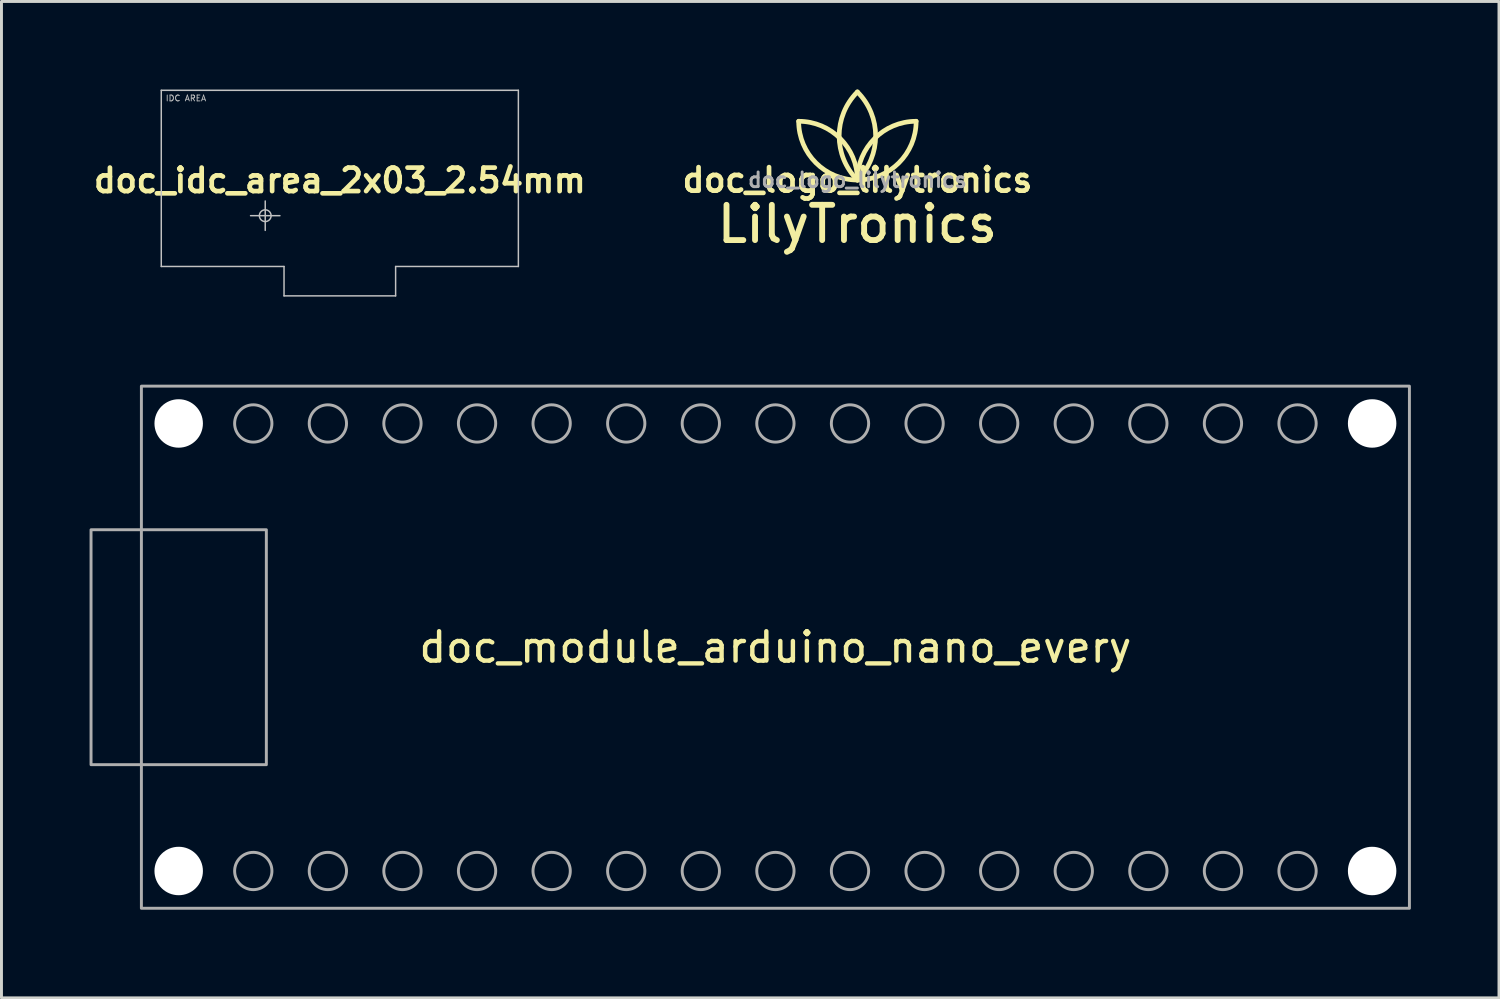
<source format=kicad_pcb>
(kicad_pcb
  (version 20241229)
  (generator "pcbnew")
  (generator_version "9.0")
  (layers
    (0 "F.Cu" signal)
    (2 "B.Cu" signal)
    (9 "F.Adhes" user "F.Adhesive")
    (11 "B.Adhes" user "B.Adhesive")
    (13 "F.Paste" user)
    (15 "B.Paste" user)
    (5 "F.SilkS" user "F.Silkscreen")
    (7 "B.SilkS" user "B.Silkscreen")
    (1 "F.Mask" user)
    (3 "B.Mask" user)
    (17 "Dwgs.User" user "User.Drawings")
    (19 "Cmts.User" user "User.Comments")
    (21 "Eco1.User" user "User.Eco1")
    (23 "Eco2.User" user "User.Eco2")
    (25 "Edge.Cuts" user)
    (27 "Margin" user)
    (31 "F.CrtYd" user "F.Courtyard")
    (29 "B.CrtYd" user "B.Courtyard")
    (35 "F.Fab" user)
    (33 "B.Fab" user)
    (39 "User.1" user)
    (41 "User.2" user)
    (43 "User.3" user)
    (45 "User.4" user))
  (footprint "doc_module_arduino_nano_every"
    (layer "F.Cu")
    (at 23.355 18.99)
    (property "Reference" "doc_module_arduino_nano_every" (at 0 -0.000002 0) (layer "F.SilkS") (effects (font (size 1 1) (thickness 0.15))))
    (attr exclude_from_pos_files exclude_from_bom allow_missing_courtyard)
    (fp_rect (start -23.305 -4) (end -17.335 4) (stroke (width 0.1) (type default)) (fill no) (layer "F.Fab"))
    (fp_rect (start -21.59 -8.89) (end 21.59 8.89) (stroke (width 0.1) (type default)) (fill no) (layer "F.Fab"))
    (fp_circle (center -17.78 -7.62) (end -17.145 -7.62) (stroke (width 0.1) (type solid)) (fill no) (layer "F.Fab"))
    (fp_circle (center -17.78 7.62) (end -17.145 7.62) (stroke (width 0.1) (type solid)) (fill no) (layer "F.Fab"))
    (fp_circle (center -15.24 -7.62) (end -14.605 -7.62) (stroke (width 0.1) (type solid)) (fill no) (layer "F.Fab"))
    (fp_circle (center -15.24 7.62) (end -14.605 7.62) (stroke (width 0.1) (type solid)) (fill no) (layer "F.Fab"))
    (fp_circle (center -12.7 -7.62) (end -12.065 -7.62) (stroke (width 0.1) (type solid)) (fill no) (layer "F.Fab"))
    (fp_circle (center -12.7 7.62) (end -12.065 7.62) (stroke (width 0.1) (type solid)) (fill no) (layer "F.Fab"))
    (fp_circle (center -10.16 -7.62) (end -9.525 -7.62) (stroke (width 0.1) (type solid)) (fill no) (layer "F.Fab"))
    (fp_circle (center -10.16 7.62) (end -9.525 7.62) (stroke (width 0.1) (type solid)) (fill no) (layer "F.Fab"))
    (fp_circle (center -7.62 -7.62) (end -6.985 -7.62) (stroke (width 0.1) (type solid)) (fill no) (layer "F.Fab"))
    (fp_circle (center -7.62 7.62) (end -6.985 7.62) (stroke (width 0.1) (type solid)) (fill no) (layer "F.Fab"))
    (fp_circle (center -5.08 -7.62) (end -4.445 -7.62) (stroke (width 0.1) (type solid)) (fill no) (layer "F.Fab"))
    (fp_circle (center -5.08 7.62) (end -4.445 7.62) (stroke (width 0.1) (type solid)) (fill no) (layer "F.Fab"))
    (fp_circle (center -2.54 -7.62) (end -1.905 -7.62) (stroke (width 0.1) (type solid)) (fill no) (layer "F.Fab"))
    (fp_circle (center -2.54 7.62) (end -1.905 7.62) (stroke (width 0.1) (type solid)) (fill no) (layer "F.Fab"))
    (fp_circle (center 0 -7.62) (end 0.635 -7.62) (stroke (width 0.1) (type solid)) (fill no) (layer "F.Fab"))
    (fp_circle (center 0 7.62) (end 0.635 7.62) (stroke (width 0.1) (type solid)) (fill no) (layer "F.Fab"))
    (fp_circle (center 2.54 -7.62) (end 3.175 -7.62) (stroke (width 0.1) (type solid)) (fill no) (layer "F.Fab"))
    (fp_circle (center 2.54 7.62) (end 3.175 7.62) (stroke (width 0.1) (type solid)) (fill no) (layer "F.Fab"))
    (fp_circle (center 5.08 -7.62) (end 5.715 -7.62) (stroke (width 0.1) (type solid)) (fill no) (layer "F.Fab"))
    (fp_circle (center 5.08 7.62) (end 5.715 7.62) (stroke (width 0.1) (type solid)) (fill no) (layer "F.Fab"))
    (fp_circle (center 7.62 -7.62) (end 8.255 -7.62) (stroke (width 0.1) (type solid)) (fill no) (layer "F.Fab"))
    (fp_circle (center 7.62 7.62) (end 8.255 7.62) (stroke (width 0.1) (type solid)) (fill no) (layer "F.Fab"))
    (fp_circle (center 10.16 -7.62) (end 10.795 -7.62) (stroke (width 0.1) (type solid)) (fill no) (layer "F.Fab"))
    (fp_circle (center 10.16 7.62) (end 10.795 7.62) (stroke (width 0.1) (type solid)) (fill no) (layer "F.Fab"))
    (fp_circle (center 12.7 -7.62) (end 13.335 -7.62) (stroke (width 0.1) (type solid)) (fill no) (layer "F.Fab"))
    (fp_circle (center 12.7 7.62) (end 13.335 7.62) (stroke (width 0.1) (type solid)) (fill no) (layer "F.Fab"))
    (fp_circle (center 15.24 -7.62) (end 15.875 -7.62) (stroke (width 0.1) (type solid)) (fill no) (layer "F.Fab"))
    (fp_circle (center 15.24 7.62) (end 15.875 7.62) (stroke (width 0.1) (type solid)) (fill no) (layer "F.Fab"))
    (fp_circle (center 17.78 -7.62) (end 18.415 -7.62) (stroke (width 0.1) (type solid)) (fill no) (layer "F.Fab"))
    (fp_circle (center 17.78 7.62) (end 18.415 7.62) (stroke (width 0.1) (type solid)) (fill no) (layer "F.Fab"))
    (pad "" np_thru_hole circle (at -20.32 -7.62) (size 1.65 1.65) (drill 1.65) (layers "*.Cu" "*.Mask"))
    (pad "" np_thru_hole circle (at -20.32 7.62) (size 1.65 1.65) (drill 1.65) (layers "*.Cu" "*.Mask"))
    (pad "" np_thru_hole circle (at 20.32 -7.62) (size 1.65 1.65) (drill 1.65) (layers "*.Cu" "*.Mask"))
    (pad "" np_thru_hole circle (at 20.32 7.62) (size 1.65 1.65) (drill 1.65) (layers "*.Cu" "*.Mask")))
  (footprint "doc_logo_lilytronics"
    (layer "F.Cu")
    (at 26.147 3.08)
    (property "Reference" "doc_logo_lilytronics" (at 0 -0.000002 0) (layer "F.SilkS") (effects (font (size 0.8 0.8) (thickness 0.16))))
    (attr exclude_from_pos_files exclude_from_bom allow_missing_courtyard)
    (fp_arc (start -1.999999 -2.000001) (mid -0.585785 -1.414215) (end 0.000001 -0.000001) (stroke (width 0.16) (type solid)) (layer "F.SilkS"))
    (fp_arc (start 0 0) (mid 0.585786 -1.414213) (end 2 -2) (stroke (width 0.16) (type solid)) (layer "F.SilkS"))
    (fp_arc (start 0.000001 -2.999999) (mid 0.621321 -1.5) (end 0.000001 -0.000001) (stroke (width 0.16) (type solid)) (layer "F.SilkS"))
    (fp_arc (start 0.000001 -0.000001) (mid -0.621319 -1.5) (end 0.000001 -2.999999) (stroke (width 0.16) (type solid)) (layer "F.SilkS"))
    (fp_arc (start 2 -2) (mid 0 0) (end -2 -2) (stroke (width 0.16) (type solid)) (layer "F.SilkS"))
    (fp_text user "LilyTronics" (at 0 1.5 0) (layer "F.SilkS") (effects (font (size 1.2 1.2) (thickness 0.2))))
    (fp_text user "${REFERENCE}" (at -0.000001 0 0) (layer "F.Fab") (effects (font (size 0.5 0.5) (thickness 0.1)))))
  (footprint "doc_idc_area_2x03_2.54mm"
    (layer "F.Cu")
    (at 5.982 4.295)
    (property "Reference" "doc_idc_area_2x03_2.54mm" (at 2.54 -1.2 0) (layer "F.SilkS") (effects (font (size 0.8 0.8) (thickness 0.16))))
    (attr board_only exclude_from_pos_files exclude_from_bom allow_missing_courtyard dnp)
    (fp_line (start -3.54 -4.27) (end 8.62 -4.27) (stroke (width 0.05) (type solid)) (layer "Dwgs.User"))
    (fp_line (start -3.54 1.73) (end -3.54 -4.27) (stroke (width 0.05) (type solid)) (layer "Dwgs.User"))
    (fp_line (start -3.54 1.73) (end 0.64 1.73) (stroke (width 0.05) (type solid)) (layer "Dwgs.User"))
    (fp_line (start -0.5 0) (end 0.5 0) (stroke (width 0.05) (type solid)) (layer "Dwgs.User"))
    (fp_line (start 0 -0.5) (end 0 0.5) (stroke (width 0.05) (type solid)) (layer "Dwgs.User"))
    (fp_line (start 0.64 1.73) (end 0.64 2.73) (stroke (width 0.05) (type solid)) (layer "Dwgs.User"))
    (fp_line (start 0.64 2.73) (end 4.44 2.73) (stroke (width 0.05) (type solid)) (layer "Dwgs.User"))
    (fp_line (start 4.44 1.73) (end 8.62 1.73) (stroke (width 0.05) (type solid)) (layer "Dwgs.User"))
    (fp_line (start 4.44 2.73) (end 4.44 1.73) (stroke (width 0.05) (type solid)) (layer "Dwgs.User"))
    (fp_line (start 8.62 -4.27) (end 8.62 1.73) (stroke (width 0.05) (type solid)) (layer "Dwgs.User"))
    (fp_circle (center 0 0) (end 0.2 0) (stroke (width 0.05) (type solid)) (fill no) (layer "Dwgs.User"))
    (fp_text user "IDC AREA" (at -2.7 -4 0) (layer "Dwgs.User") (effects (font (size 0.2 0.2) (thickness 0.03)))))
  (gr_rect
    (start -3 -3)
    (end 47.995 30.93)
    (stroke (width 0.1) (type default))
    (fill no)
    (layer "Edge.Cuts")))
</source>
